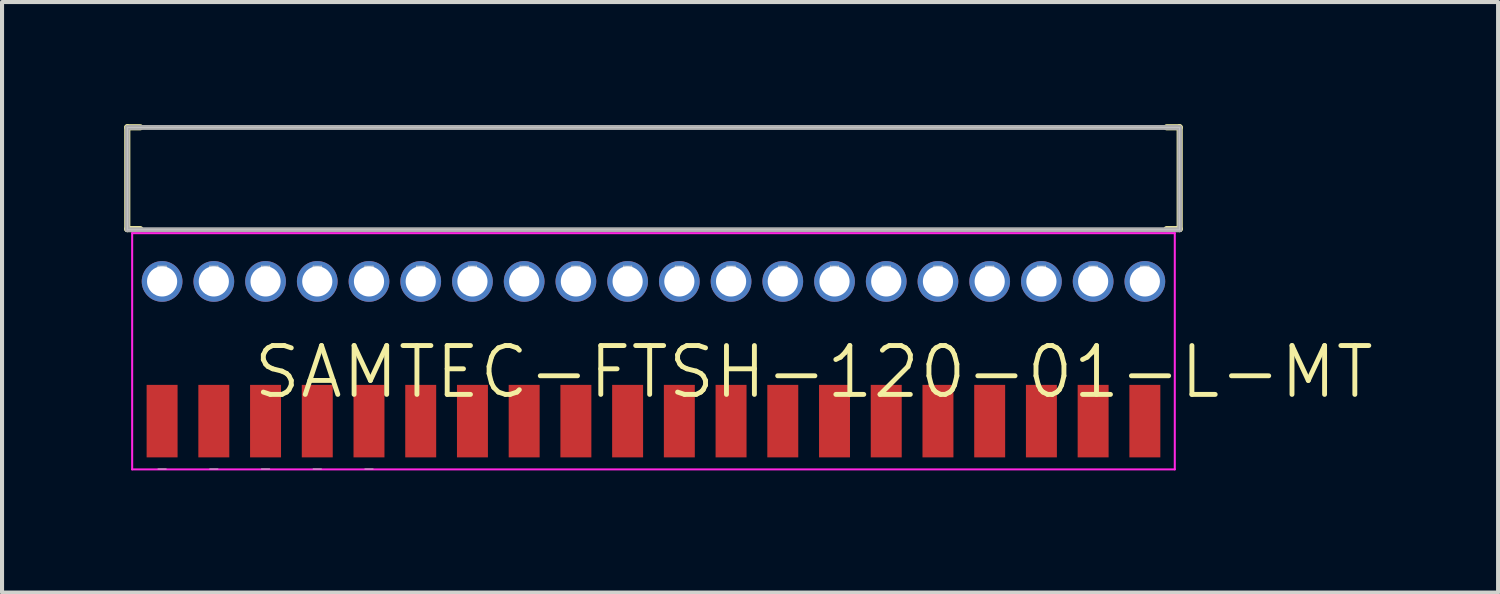
<source format=kicad_pcb>
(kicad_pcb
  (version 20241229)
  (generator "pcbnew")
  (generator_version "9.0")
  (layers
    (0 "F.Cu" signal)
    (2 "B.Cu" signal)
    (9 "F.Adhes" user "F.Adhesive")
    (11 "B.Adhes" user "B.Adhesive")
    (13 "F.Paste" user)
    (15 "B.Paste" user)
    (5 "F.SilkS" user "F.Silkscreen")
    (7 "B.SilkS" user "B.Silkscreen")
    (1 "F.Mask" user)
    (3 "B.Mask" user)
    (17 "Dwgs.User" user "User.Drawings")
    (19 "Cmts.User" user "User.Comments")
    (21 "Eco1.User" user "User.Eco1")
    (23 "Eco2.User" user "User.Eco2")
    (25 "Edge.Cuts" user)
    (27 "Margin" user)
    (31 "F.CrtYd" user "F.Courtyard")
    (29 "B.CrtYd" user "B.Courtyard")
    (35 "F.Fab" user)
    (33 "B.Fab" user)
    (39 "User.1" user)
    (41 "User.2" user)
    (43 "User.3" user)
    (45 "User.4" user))
  (footprint "SAMTEC-FTSH-120-01-L-MT"
    (layer "F.Cu")
    (at 12.995 5.575)
    (property "Reference" "SAMTEC-FTSH-120-01-L-MT" (at 3.935 0.51 0) (layer "F.SilkS") (effects (font (size 1.2 1.2) (thickness 0.12))))
    (attr smd)
    (fp_line (start -12.92 -5.5) (end -12.92 -3) (stroke (width 0.15) (type solid)) (layer "F.SilkS"))
    (fp_line (start -12.92 -5.5) (end -12.6 -5.5) (stroke (width 0.15) (type solid)) (layer "F.SilkS"))
    (fp_line (start -12.6 -3) (end -12.92 -3) (stroke (width 0.15) (type solid)) (layer "F.SilkS"))
    (fp_line (start 12.6 -5.5) (end 12.92 -5.5) (stroke (width 0.15) (type solid)) (layer "F.SilkS"))
    (fp_line (start 12.6 -3) (end 12.92 -3) (stroke (width 0.15) (type solid)) (layer "F.SilkS"))
    (fp_line (start 12.92 -3) (end 12.92 -5.5) (stroke (width 0.15) (type solid)) (layer "F.SilkS"))
    (fp_line (start -12.915 -2.985) (end -12.915 -5.498) (stroke (width 0.025) (type solid)) (layer "Dwgs.User"))
    (fp_line (start -12.915 -2.985) (end 12.915 -2.985) (stroke (width 0.025) (type solid)) (layer "Dwgs.User"))
    (fp_line (start -12.165 -2.09) (end -11.965 -2.09) (stroke (width 0.025) (type solid)) (layer "Dwgs.User"))
    (fp_line (start -12.165 -1.89) (end -12.165 -2.09) (stroke (width 0.025) (type solid)) (layer "Dwgs.User"))
    (fp_line (start -12.165 2.89) (end -11.965 2.89) (stroke (width 0.025) (type solid)) (layer "Dwgs.User"))
    (fp_line (start -11.965 -2.09) (end -11.965 -1.89) (stroke (width 0.025) (type solid)) (layer "Dwgs.User"))
    (fp_line (start -11.965 -1.89) (end -12.165 -1.89) (stroke (width 0.025) (type solid)) (layer "Dwgs.User"))
    (fp_line (start -10.895 -2.09) (end -10.695 -2.09) (stroke (width 0.025) (type solid)) (layer "Dwgs.User"))
    (fp_line (start -10.895 -1.89) (end -10.895 -2.09) (stroke (width 0.025) (type solid)) (layer "Dwgs.User"))
    (fp_line (start -10.895 2.89) (end -10.695 2.89) (stroke (width 0.025) (type solid)) (layer "Dwgs.User"))
    (fp_line (start -10.695 -2.09) (end -10.695 -1.89) (stroke (width 0.025) (type solid)) (layer "Dwgs.User"))
    (fp_line (start -10.695 -1.89) (end -10.895 -1.89) (stroke (width 0.025) (type solid)) (layer "Dwgs.User"))
    (fp_line (start -9.625 -2.09) (end -9.425 -2.09) (stroke (width 0.025) (type solid)) (layer "Dwgs.User"))
    (fp_line (start -9.625 -1.89) (end -9.625 -2.09) (stroke (width 0.025) (type solid)) (layer "Dwgs.User"))
    (fp_line (start -9.625 2.89) (end -9.425 2.89) (stroke (width 0.025) (type solid)) (layer "Dwgs.User"))
    (fp_line (start -9.425 -2.09) (end -9.425 -1.89) (stroke (width 0.025) (type solid)) (layer "Dwgs.User"))
    (fp_line (start -9.425 -1.89) (end -9.625 -1.89) (stroke (width 0.025) (type solid)) (layer "Dwgs.User"))
    (fp_line (start -8.355 -2.09) (end -8.155 -2.09) (stroke (width 0.025) (type solid)) (layer "Dwgs.User"))
    (fp_line (start -8.355 -1.89) (end -8.355 -2.09) (stroke (width 0.025) (type solid)) (layer "Dwgs.User"))
    (fp_line (start -8.355 2.89) (end -8.155 2.89) (stroke (width 0.025) (type solid)) (layer "Dwgs.User"))
    (fp_line (start -8.155 -2.09) (end -8.155 -1.89) (stroke (width 0.025) (type solid)) (layer "Dwgs.User"))
    (fp_line (start -8.155 -1.89) (end -8.355 -1.89) (stroke (width 0.025) (type solid)) (layer "Dwgs.User"))
    (fp_line (start -7.085 -2.09) (end -6.885 -2.09) (stroke (width 0.025) (type solid)) (layer "Dwgs.User"))
    (fp_line (start -7.085 -1.89) (end -7.085 -2.09) (stroke (width 0.025) (type solid)) (layer "Dwgs.User"))
    (fp_line (start -7.085 2.89) (end -6.885 2.89) (stroke (width 0.025) (type solid)) (layer "Dwgs.User"))
    (fp_line (start -6.885 -2.09) (end -6.885 -1.89) (stroke (width 0.025) (type solid)) (layer "Dwgs.User"))
    (fp_line (start -6.885 -1.89) (end -7.085 -1.89) (stroke (width 0.025) (type solid)) (layer "Dwgs.User"))
    (fp_line (start -5.815 -2.09) (end -5.615 -2.09) (stroke (width 0.025) (type solid)) (layer "Dwgs.User"))
    (fp_line (start -5.815 -1.89) (end -5.815 -2.09) (stroke (width 0.025) (type solid)) (layer "Dwgs.User"))
    (fp_line (start -5.615 -2.09) (end -5.615 -1.89) (stroke (width 0.025) (type solid)) (layer "Dwgs.User"))
    (fp_line (start -5.615 -1.89) (end -5.815 -1.89) (stroke (width 0.025) (type solid)) (layer "Dwgs.User"))
    (fp_line (start -4.545 -2.09) (end -4.345 -2.09) (stroke (width 0.025) (type solid)) (layer "Dwgs.User"))
    (fp_line (start -4.545 -1.89) (end -4.545 -2.09) (stroke (width 0.025) (type solid)) (layer "Dwgs.User"))
    (fp_line (start -4.345 -2.09) (end -4.345 -1.89) (stroke (width 0.025) (type solid)) (layer "Dwgs.User"))
    (fp_line (start -4.345 -1.89) (end -4.545 -1.89) (stroke (width 0.025) (type solid)) (layer "Dwgs.User"))
    (fp_line (start -3.275 -2.09) (end -3.075 -2.09) (stroke (width 0.025) (type solid)) (layer "Dwgs.User"))
    (fp_line (start -3.275 -1.89) (end -3.275 -2.09) (stroke (width 0.025) (type solid)) (layer "Dwgs.User"))
    (fp_line (start -3.075 -2.09) (end -3.075 -1.89) (stroke (width 0.025) (type solid)) (layer "Dwgs.User"))
    (fp_line (start -3.075 -1.89) (end -3.275 -1.89) (stroke (width 0.025) (type solid)) (layer "Dwgs.User"))
    (fp_line (start -2.005 -2.09) (end -1.805 -2.09) (stroke (width 0.025) (type solid)) (layer "Dwgs.User"))
    (fp_line (start -2.005 -1.89) (end -2.005 -2.09) (stroke (width 0.025) (type solid)) (layer "Dwgs.User"))
    (fp_line (start -1.805 -2.09) (end -1.805 -1.89) (stroke (width 0.025) (type solid)) (layer "Dwgs.User"))
    (fp_line (start -1.805 -1.89) (end -2.005 -1.89) (stroke (width 0.025) (type solid)) (layer "Dwgs.User"))
    (fp_line (start -0.735 -2.09) (end -0.535 -2.09) (stroke (width 0.025) (type solid)) (layer "Dwgs.User"))
    (fp_line (start -0.735 -1.89) (end -0.735 -2.09) (stroke (width 0.025) (type solid)) (layer "Dwgs.User"))
    (fp_line (start -0.535 -2.09) (end -0.535 -1.89) (stroke (width 0.025) (type solid)) (layer "Dwgs.User"))
    (fp_line (start -0.535 -1.89) (end -0.735 -1.89) (stroke (width 0.025) (type solid)) (layer "Dwgs.User"))
    (fp_line (start 0.535 -2.09) (end 0.735 -2.09) (stroke (width 0.025) (type solid)) (layer "Dwgs.User"))
    (fp_line (start 0.535 -1.89) (end 0.535 -2.09) (stroke (width 0.025) (type solid)) (layer "Dwgs.User"))
    (fp_line (start 0.735 -2.09) (end 0.735 -1.89) (stroke (width 0.025) (type solid)) (layer "Dwgs.User"))
    (fp_line (start 0.735 -1.89) (end 0.535 -1.89) (stroke (width 0.025) (type solid)) (layer "Dwgs.User"))
    (fp_line (start 1.805 -2.09) (end 2.005 -2.09) (stroke (width 0.025) (type solid)) (layer "Dwgs.User"))
    (fp_line (start 1.805 -1.89) (end 1.805 -2.09) (stroke (width 0.025) (type solid)) (layer "Dwgs.User"))
    (fp_line (start 2.005 -2.09) (end 2.005 -1.89) (stroke (width 0.025) (type solid)) (layer "Dwgs.User"))
    (fp_line (start 2.005 -1.89) (end 1.805 -1.89) (stroke (width 0.025) (type solid)) (layer "Dwgs.User"))
    (fp_line (start 3.075 -2.09) (end 3.275 -2.09) (stroke (width 0.025) (type solid)) (layer "Dwgs.User"))
    (fp_line (start 3.075 -1.89) (end 3.075 -2.09) (stroke (width 0.025) (type solid)) (layer "Dwgs.User"))
    (fp_line (start 3.275 -2.09) (end 3.275 -1.89) (stroke (width 0.025) (type solid)) (layer "Dwgs.User"))
    (fp_line (start 3.275 -1.89) (end 3.075 -1.89) (stroke (width 0.025) (type solid)) (layer "Dwgs.User"))
    (fp_line (start 4.345 -2.09) (end 4.545 -2.09) (stroke (width 0.025) (type solid)) (layer "Dwgs.User"))
    (fp_line (start 4.345 -1.89) (end 4.345 -2.09) (stroke (width 0.025) (type solid)) (layer "Dwgs.User"))
    (fp_line (start 4.545 -2.09) (end 4.545 -1.89) (stroke (width 0.025) (type solid)) (layer "Dwgs.User"))
    (fp_line (start 4.545 -1.89) (end 4.345 -1.89) (stroke (width 0.025) (type solid)) (layer "Dwgs.User"))
    (fp_line (start 5.615 -2.09) (end 5.815 -2.09) (stroke (width 0.025) (type solid)) (layer "Dwgs.User"))
    (fp_line (start 5.615 -1.89) (end 5.615 -2.09) (stroke (width 0.025) (type solid)) (layer "Dwgs.User"))
    (fp_line (start 5.815 -2.09) (end 5.815 -1.89) (stroke (width 0.025) (type solid)) (layer "Dwgs.User"))
    (fp_line (start 5.815 -1.89) (end 5.615 -1.89) (stroke (width 0.025) (type solid)) (layer "Dwgs.User"))
    (fp_line (start 6.885 -2.09) (end 7.085 -2.09) (stroke (width 0.025) (type solid)) (layer "Dwgs.User"))
    (fp_line (start 6.885 -1.89) (end 6.885 -2.09) (stroke (width 0.025) (type solid)) (layer "Dwgs.User"))
    (fp_line (start 7.085 -2.09) (end 7.085 -1.89) (stroke (width 0.025) (type solid)) (layer "Dwgs.User"))
    (fp_line (start 7.085 -1.89) (end 6.885 -1.89) (stroke (width 0.025) (type solid)) (layer "Dwgs.User"))
    (fp_line (start 8.155 -2.09) (end 8.355 -2.09) (stroke (width 0.025) (type solid)) (layer "Dwgs.User"))
    (fp_line (start 8.155 -1.89) (end 8.155 -2.09) (stroke (width 0.025) (type solid)) (layer "Dwgs.User"))
    (fp_line (start 8.355 -2.09) (end 8.355 -1.89) (stroke (width 0.025) (type solid)) (layer "Dwgs.User"))
    (fp_line (start 8.355 -1.89) (end 8.155 -1.89) (stroke (width 0.025) (type solid)) (layer "Dwgs.User"))
    (fp_line (start 9.425 -2.09) (end 9.625 -2.09) (stroke (width 0.025) (type solid)) (layer "Dwgs.User"))
    (fp_line (start 9.425 -1.89) (end 9.425 -2.09) (stroke (width 0.025) (type solid)) (layer "Dwgs.User"))
    (fp_line (start 9.625 -2.09) (end 9.625 -1.89) (stroke (width 0.025) (type solid)) (layer "Dwgs.User"))
    (fp_line (start 9.625 -1.89) (end 9.425 -1.89) (stroke (width 0.025) (type solid)) (layer "Dwgs.User"))
    (fp_line (start 10.695 -2.09) (end 10.895 -2.09) (stroke (width 0.025) (type solid)) (layer "Dwgs.User"))
    (fp_line (start 10.695 -1.89) (end 10.695 -2.09) (stroke (width 0.025) (type solid)) (layer "Dwgs.User"))
    (fp_line (start 10.895 -2.09) (end 10.895 -1.89) (stroke (width 0.025) (type solid)) (layer "Dwgs.User"))
    (fp_line (start 10.895 -1.89) (end 10.695 -1.89) (stroke (width 0.025) (type solid)) (layer "Dwgs.User"))
    (fp_line (start 11.965 -2.09) (end 12.165 -2.09) (stroke (width 0.025) (type solid)) (layer "Dwgs.User"))
    (fp_line (start 11.965 -1.89) (end 11.965 -2.09) (stroke (width 0.025) (type solid)) (layer "Dwgs.User"))
    (fp_line (start 12.165 -2.09) (end 12.165 -1.89) (stroke (width 0.025) (type solid)) (layer "Dwgs.User"))
    (fp_line (start 12.165 -1.89) (end 11.965 -1.89) (stroke (width 0.025) (type solid)) (layer "Dwgs.User"))
    (fp_line (start 12.915 -5.495) (end -12.915 -5.495) (stroke (width 0.025) (type solid)) (layer "Dwgs.User"))
    (fp_line (start 12.915 -2.985) (end 12.915 -5.495) (stroke (width 0.025) (type solid)) (layer "Dwgs.User"))
    (fp_line (start -12.8 -2.9) (end 12.8 -2.9) (stroke (width 0.05) (type solid)) (layer "F.CrtYd"))
    (fp_line (start -12.8 2.9) (end -12.8 -2.9) (stroke (width 0.05) (type solid)) (layer "F.CrtYd"))
    (fp_line (start 12.8 -2.9) (end 12.8 2.9) (stroke (width 0.05) (type solid)) (layer "F.CrtYd"))
    (fp_line (start 12.8 2.9) (end -12.8 2.9) (stroke (width 0.05) (type solid)) (layer "F.CrtYd"))
    (fp_line (start -12.92 -5.495) (end 12.92 -5.495) (stroke (width 0.12) (type solid)) (layer "F.Fab"))
    (fp_line (start -12.92 -2.985) (end -12.92 -5.495) (stroke (width 0.12) (type solid)) (layer "F.Fab"))
    (fp_line (start 12.92 -2.985) (end -12.92 -2.985) (stroke (width 0.12) (type solid)) (layer "F.Fab"))
    (fp_line (start 12.92 -2.985) (end 12.92 -5.495) (stroke (width 0.12) (type solid)) (layer "F.Fab"))
    (pad "1" thru_hole circle (at -12.065 -1.715) (size 1 1) (drill 0.74) (layers "*.Cu" "*.Mask"))
    (pad "2" smd rect (at -12.065 1.715) (size 0.76 1.78) (layers "F.Cu" "F.Mask" "F.Paste"))
    (pad "3" thru_hole circle (at -10.795 -1.715) (size 1 1) (drill 0.74) (layers "*.Cu" "*.Mask"))
    (pad "4" smd rect (at -10.795 1.715) (size 0.76 1.78) (layers "F.Cu" "F.Mask" "F.Paste"))
    (pad "5" thru_hole circle (at -9.525 -1.715) (size 1 1) (drill 0.74) (layers "*.Cu" "*.Mask"))
    (pad "6" smd rect (at -9.525 1.715) (size 0.76 1.78) (layers "F.Cu" "F.Mask" "F.Paste"))
    (pad "7" thru_hole circle (at -8.255 -1.715) (size 1 1) (drill 0.74) (layers "*.Cu" "*.Mask"))
    (pad "8" smd rect (at -8.255 1.715) (size 0.76 1.78) (layers "F.Cu" "F.Mask" "F.Paste"))
    (pad "9" thru_hole circle (at -6.985 -1.715) (size 1 1) (drill 0.74) (layers "*.Cu" "*.Mask"))
    (pad "10" smd rect (at -6.985 1.715) (size 0.76 1.78) (layers "F.Cu" "F.Mask" "F.Paste"))
    (pad "11" thru_hole circle (at -5.715 -1.715) (size 1 1) (drill 0.74) (layers "*.Cu" "*.Mask"))
    (pad "12" smd rect (at -5.715 1.715) (size 0.76 1.78) (layers "F.Cu" "F.Mask" "F.Paste"))
    (pad "13" thru_hole circle (at -4.445 -1.715) (size 1 1) (drill 0.74) (layers "*.Cu" "*.Mask"))
    (pad "14" smd rect (at -4.445 1.715) (size 0.76 1.78) (layers "F.Cu" "F.Mask" "F.Paste"))
    (pad "15" thru_hole circle (at -3.175 -1.715) (size 1 1) (drill 0.74) (layers "*.Cu" "*.Mask"))
    (pad "16" smd rect (at -3.175 1.715) (size 0.76 1.78) (layers "F.Cu" "F.Mask" "F.Paste"))
    (pad "17" thru_hole circle (at -1.905 -1.715) (size 1 1) (drill 0.74) (layers "*.Cu" "*.Mask"))
    (pad "18" smd rect (at -1.905 1.715) (size 0.76 1.78) (layers "F.Cu" "F.Mask" "F.Paste"))
    (pad "19" thru_hole circle (at -0.635 -1.715) (size 1 1) (drill 0.74) (layers "*.Cu" "*.Mask"))
    (pad "20" smd rect (at -0.635 1.715) (size 0.76 1.78) (layers "F.Cu" "F.Mask" "F.Paste"))
    (pad "21" thru_hole circle (at 0.635 -1.715) (size 1 1) (drill 0.74) (layers "*.Cu" "*.Mask"))
    (pad "22" smd rect (at 0.635 1.715) (size 0.76 1.78) (layers "F.Cu" "F.Mask" "F.Paste"))
    (pad "23" thru_hole circle (at 1.905 -1.715) (size 1 1) (drill 0.74) (layers "*.Cu" "*.Mask"))
    (pad "24" smd rect (at 1.905 1.715) (size 0.76 1.78) (layers "F.Cu" "F.Mask" "F.Paste"))
    (pad "25" thru_hole circle (at 3.175 -1.715) (size 1 1) (drill 0.74) (layers "*.Cu" "*.Mask"))
    (pad "26" smd rect (at 3.175 1.715) (size 0.76 1.78) (layers "F.Cu" "F.Mask" "F.Paste"))
    (pad "27" thru_hole circle (at 4.445 -1.715) (size 1 1) (drill 0.74) (layers "*.Cu" "*.Mask"))
    (pad "28" smd rect (at 4.445 1.715) (size 0.76 1.78) (layers "F.Cu" "F.Mask" "F.Paste"))
    (pad "29" thru_hole circle (at 5.715 -1.715) (size 1 1) (drill 0.74) (layers "*.Cu" "*.Mask"))
    (pad "30" smd rect (at 5.715 1.715) (size 0.76 1.78) (layers "F.Cu" "F.Mask" "F.Paste"))
    (pad "31" thru_hole circle (at 6.985 -1.715) (size 1 1) (drill 0.74) (layers "*.Cu" "*.Mask"))
    (pad "32" smd rect (at 6.985 1.715) (size 0.76 1.78) (layers "F.Cu" "F.Mask" "F.Paste"))
    (pad "33" thru_hole circle (at 8.255 -1.715) (size 1 1) (drill 0.74) (layers "*.Cu" "*.Mask"))
    (pad "34" smd rect (at 8.255 1.715) (size 0.76 1.78) (layers "F.Cu" "F.Mask" "F.Paste"))
    (pad "35" thru_hole circle (at 9.525 -1.715) (size 1 1) (drill 0.74) (layers "*.Cu" "*.Mask"))
    (pad "36" smd rect (at 9.525 1.715) (size 0.76 1.78) (layers "F.Cu" "F.Mask" "F.Paste"))
    (pad "37" thru_hole circle (at 10.795 -1.715) (size 1 1) (drill 0.74) (layers "*.Cu" "*.Mask"))
    (pad "38" smd rect (at 10.795 1.715) (size 0.76 1.78) (layers "F.Cu" "F.Mask" "F.Paste"))
    (pad "39" thru_hole circle (at 12.065 -1.715) (size 1 1) (drill 0.74) (layers "*.Cu" "*.Mask"))
    (pad "40" smd rect (at 12.065 1.715) (size 0.76 1.78) (layers "F.Cu" "F.Mask" "F.Paste")))
  (gr_rect
    (start -3 -3)
    (end 33.733 11.5)
    (stroke (width 0.1) (type default))
    (fill no)
    (layer "Edge.Cuts")))
</source>
